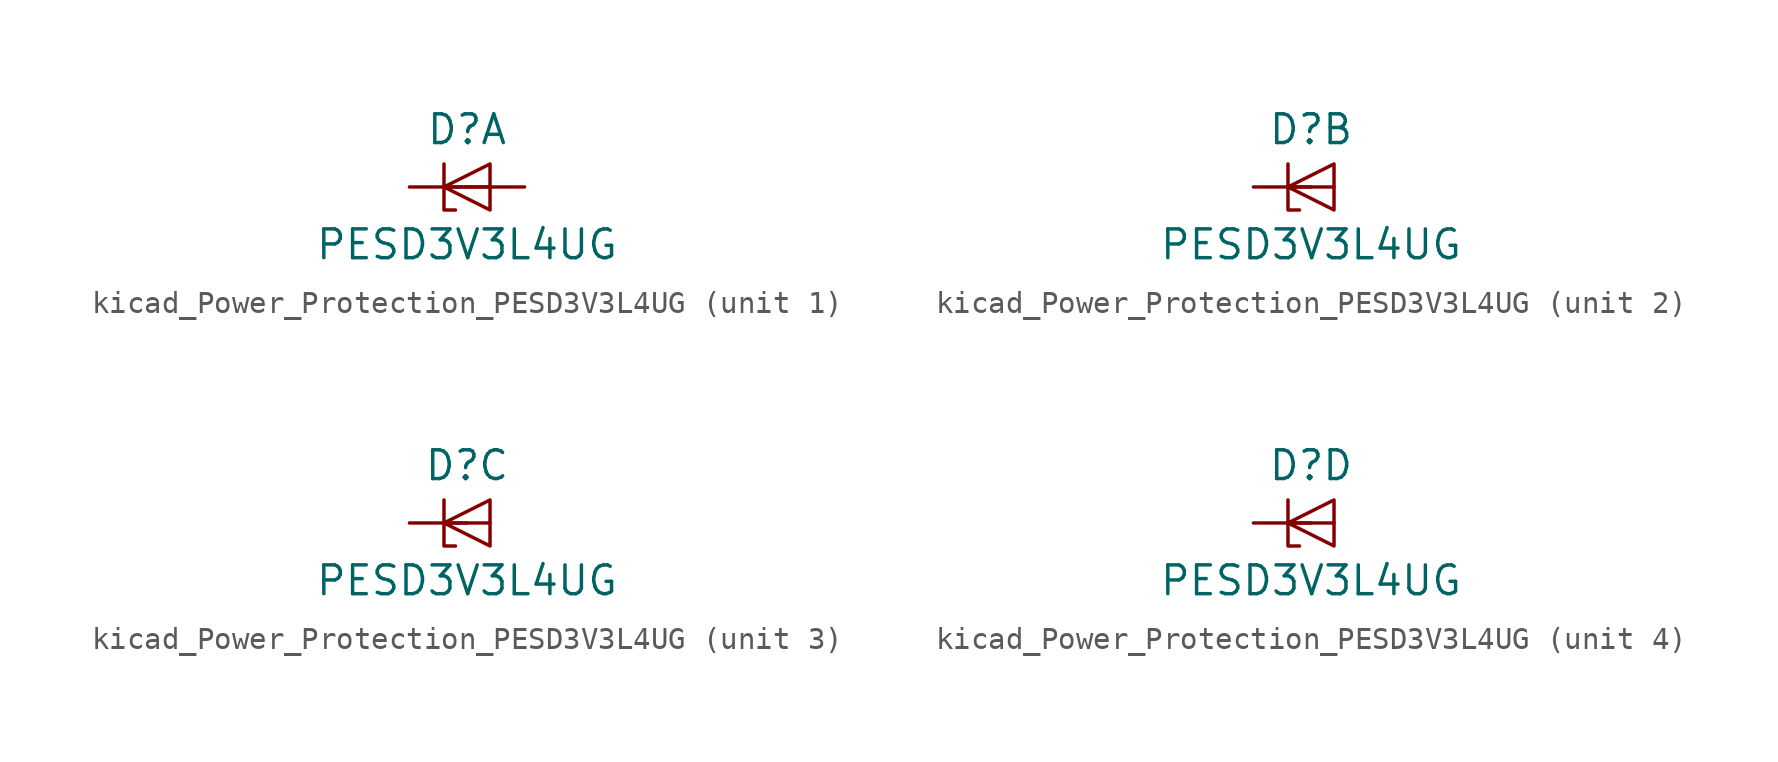
<source format=kicad_sym>
(kicad_symbol_lib
  (version 20220914)
  (generator kicad_symbol_editor)
  (symbol "kicad_Power_Protection_PESD3V3L4UG"
    (pin_numbers hide)
    (pin_names hide)
    (property "Reference" "D"
      (at 0 2.54 0)
      (effects (font (size 1.27 1.27))))
    (property "Value" "PESD3V3L4UG"
      (at 0 -2.54 0)
      (effects (font (size 1.27 1.27))))
    (property "ki_locked" ""
      (at 0 0 0)
      (effects (font (size 1.27 1.27))))
    (symbol "kicad_Power_Protection_PESD3V3L4UG_0_1"
      (polyline (pts (xy -1.016 0) (xy 1.016 0)) (stroke (width 0) (type default)) (fill (type none)))
      (polyline (pts (xy -1.016 1.016) (xy -1.016 -1.016) (xy -0.508 -1.016)) (stroke (width 0) (type default)) (fill (type none)))
      (polyline (pts (xy 1.016 1.016) (xy -1.016 0) (xy 1.016 -1.016) (xy 1.016 1.016)) (stroke (width 0) (type default)) (fill (type none))))
    (symbol "kicad_Power_Protection_PESD3V3L4UG_1_1"
      (pin passive line (at -2.54 0 0) (length 2.54) (name "K1" (effects (font (size 1.27 1.27)))) (number "1" (effects (font (size 1.27 1.27)))))
      (pin passive line (at 2.54 0 180) (length 2.54) (name "A" (effects (font (size 1.27 1.27)))) (number "2" (effects (font (size 1.27 1.27))))))
    (symbol "kicad_Power_Protection_PESD3V3L4UG_2_1"
      (pin passive line (at -2.54 0 0) (length 2.54) (name "K2" (effects (font (size 1.27 1.27)))) (number "3" (effects (font (size 1.27 1.27))))))
    (symbol "kicad_Power_Protection_PESD3V3L4UG_3_1"
      (pin passive line (at -2.54 0 0) (length 2.54) (name "K3" (effects (font (size 1.27 1.27)))) (number "4" (effects (font (size 1.27 1.27))))))
    (symbol "kicad_Power_Protection_PESD3V3L4UG_4_1"
      (pin passive line (at -2.54 0 0) (length 2.54) (name "K4" (effects (font (size 1.27 1.27)))) (number "5" (effects (font (size 1.27 1.27))))))))
</source>
